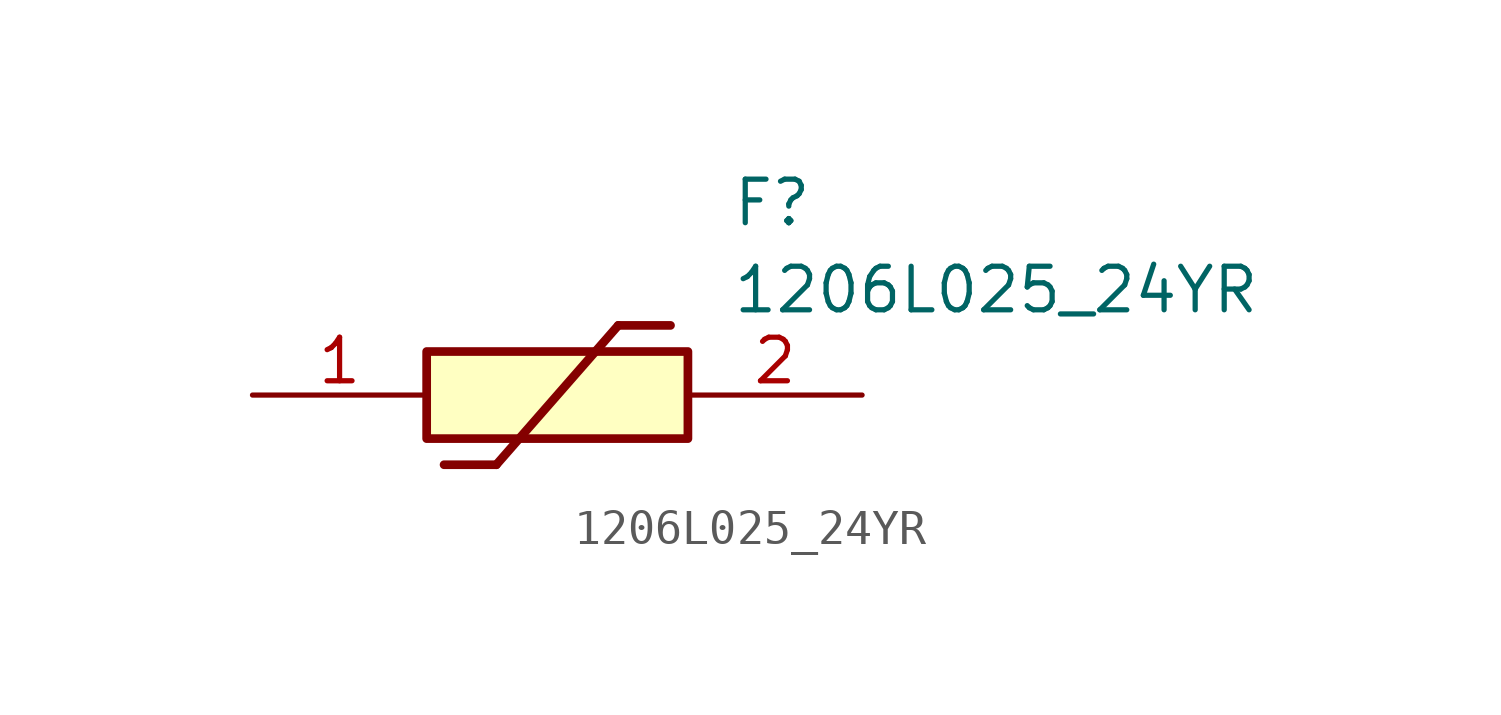
<source format=kicad_sym>
(kicad_symbol_lib
  (version 20211014)
  (generator SamacSys_ECAD_Model)
  (symbol "1206L025_24YR"
    (pin_names hide)
    (property "Reference" "F"
      (at 13.97 6.35 0)
      (effects (font (size 1.27 1.27)) (justify left top)))
    (property "Value" "1206L025_24YR"
      (at 13.97 3.81 0)
      (effects (font (size 1.27 1.27)) (justify left top)))
    (rectangle
      (start 5.08 1.27)
      (end 12.7 -1.27)
      (stroke (width 0.254) (type default))
      (fill (type background)))
    (polyline
      (pts (xy 5.588 -2.032) (xy 7.112 -2.032))
      (stroke (width 0.254) (type default))
      (fill (type none)))
    (polyline
      (pts (xy 10.668 2.032) (xy 7.112 -2.032))
      (stroke (width 0.254) (type default))
      (fill (type none)))
    (polyline
      (pts (xy 10.668 2.032) (xy 12.192 2.032))
      (stroke (width 0.254) (type default))
      (fill (type none)))
    (pin passive line
      (at 0 0 0)
      (length 5.08)
      (name "1" (effects (font (size 1.27 1.27))))
      (number "1" (effects (font (size 1.27 1.27)))))
    (pin passive line
      (at 17.78 0 180)
      (length 5.08)
      (name "2" (effects (font (size 1.27 1.27))))
      (number "2" (effects (font (size 1.27 1.27)))))))
</source>
